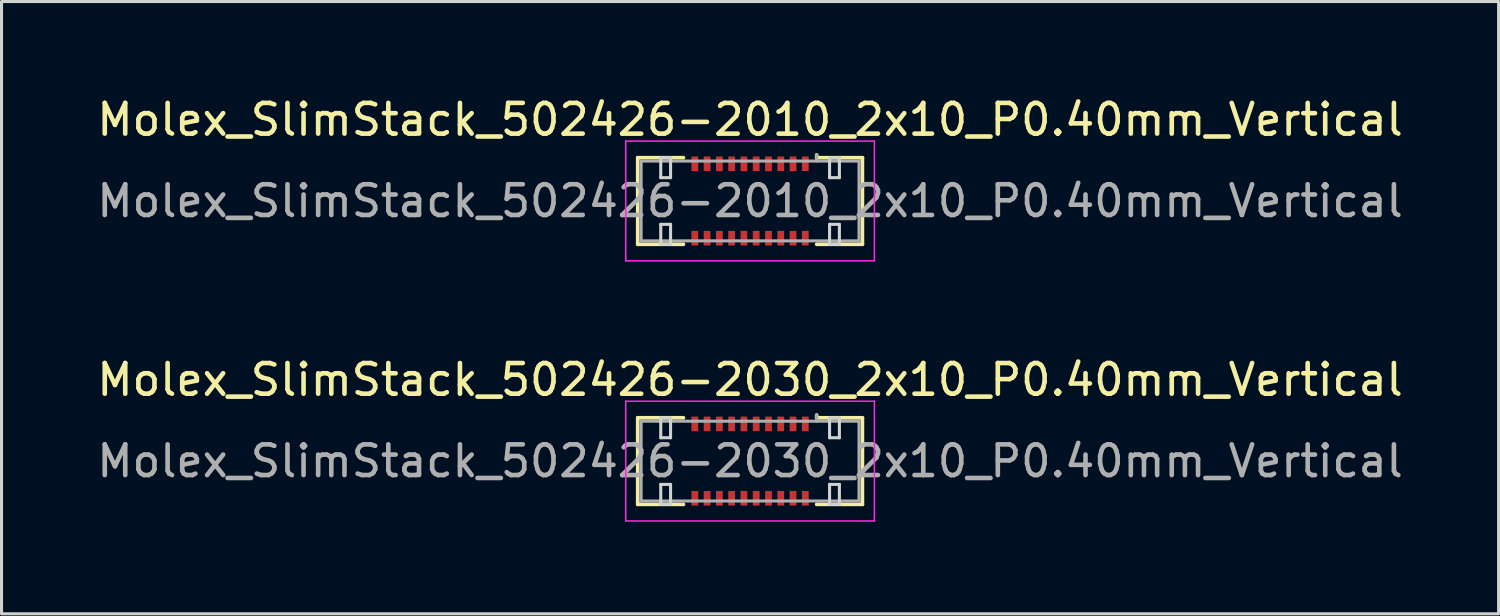
<source format=kicad_pcb>
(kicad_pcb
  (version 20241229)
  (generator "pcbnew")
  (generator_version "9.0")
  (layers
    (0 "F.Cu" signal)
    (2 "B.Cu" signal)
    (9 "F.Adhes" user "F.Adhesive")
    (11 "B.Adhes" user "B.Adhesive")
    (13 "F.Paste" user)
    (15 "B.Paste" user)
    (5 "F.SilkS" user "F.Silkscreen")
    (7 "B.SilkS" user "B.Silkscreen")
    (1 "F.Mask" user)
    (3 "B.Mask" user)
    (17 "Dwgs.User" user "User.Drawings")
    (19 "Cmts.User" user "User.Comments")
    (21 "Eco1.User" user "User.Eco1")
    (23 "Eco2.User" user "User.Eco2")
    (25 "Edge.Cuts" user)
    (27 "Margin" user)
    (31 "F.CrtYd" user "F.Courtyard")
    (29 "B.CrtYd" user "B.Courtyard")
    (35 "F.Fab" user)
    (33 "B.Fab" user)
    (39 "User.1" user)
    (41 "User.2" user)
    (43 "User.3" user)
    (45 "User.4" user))
  (footprint "Molex_SlimStack_502426-2010_2x10_P0.40mm_Vertical"
    (layer "F.Cu")
    (at 21.387 3.498)
    (property "Reference" "Molex_SlimStack_502426-2010_2x10_P0.40mm_Vertical" (at 0 -2.65 0) (layer "F.SilkS") (effects (font (size 1 1) (thickness 0.15))))
    (attr smd)
    (fp_line (start -3.66 -1.41) (end -2.17 -1.41) (stroke (width 0.12) (type solid)) (layer "F.SilkS"))
    (fp_line (start -3.66 1.41) (end -3.66 -1.41) (stroke (width 0.12) (type solid)) (layer "F.SilkS"))
    (fp_line (start -2.17 1.41) (end -3.66 1.41) (stroke (width 0.12) (type solid)) (layer "F.SilkS"))
    (fp_line (start 2.17 -1.41) (end 2.17 -1.5) (stroke (width 0.12) (type solid)) (layer "F.SilkS"))
    (fp_line (start 2.17 1.41) (end 3.66 1.41) (stroke (width 0.12) (type solid)) (layer "F.SilkS"))
    (fp_line (start 3.66 -1.41) (end 2.17 -1.41) (stroke (width 0.12) (type solid)) (layer "F.SilkS"))
    (fp_line (start 3.66 1.41) (end 3.66 -1.41) (stroke (width 0.12) (type solid)) (layer "F.SilkS"))
    (fp_line (start -2.91 -1.41) (end -2.91 -0.76) (stroke (width 0.1) (type solid)) (layer "Edge.Cuts"))
    (fp_line (start -2.91 -0.76) (end -2.59 -0.76) (stroke (width 0.1) (type solid)) (layer "Edge.Cuts"))
    (fp_line (start -2.91 0.76) (end -2.91 1.41) (stroke (width 0.1) (type solid)) (layer "Edge.Cuts"))
    (fp_line (start -2.91 1.41) (end -2.59 1.41) (stroke (width 0.1) (type solid)) (layer "Edge.Cuts"))
    (fp_line (start -2.59 -1.41) (end -2.91 -1.41) (stroke (width 0.1) (type solid)) (layer "Edge.Cuts"))
    (fp_line (start -2.59 -0.76) (end -2.59 -1.41) (stroke (width 0.1) (type solid)) (layer "Edge.Cuts"))
    (fp_line (start -2.59 0.76) (end -2.91 0.76) (stroke (width 0.1) (type solid)) (layer "Edge.Cuts"))
    (fp_line (start -2.59 1.41) (end -2.59 0.76) (stroke (width 0.1) (type solid)) (layer "Edge.Cuts"))
    (fp_line (start 2.59 -1.41) (end 2.59 -0.76) (stroke (width 0.1) (type solid)) (layer "Edge.Cuts"))
    (fp_line (start 2.59 -0.76) (end 2.91 -0.76) (stroke (width 0.1) (type solid)) (layer "Edge.Cuts"))
    (fp_line (start 2.59 0.76) (end 2.59 1.41) (stroke (width 0.1) (type solid)) (layer "Edge.Cuts"))
    (fp_line (start 2.59 1.41) (end 2.91 1.41) (stroke (width 0.1) (type solid)) (layer "Edge.Cuts"))
    (fp_line (start 2.91 -1.41) (end 2.59 -1.41) (stroke (width 0.1) (type solid)) (layer "Edge.Cuts"))
    (fp_line (start 2.91 -0.76) (end 2.91 -1.41) (stroke (width 0.1) (type solid)) (layer "Edge.Cuts"))
    (fp_line (start 2.91 0.76) (end 2.59 0.76) (stroke (width 0.1) (type solid)) (layer "Edge.Cuts"))
    (fp_line (start 2.91 1.41) (end 2.91 0.76) (stroke (width 0.1) (type solid)) (layer "Edge.Cuts"))
    (fp_line (start -4.05 -1.95) (end -4.05 1.95) (stroke (width 0.05) (type solid)) (layer "F.CrtYd"))
    (fp_line (start -4.05 1.95) (end 4.05 1.95) (stroke (width 0.05) (type solid)) (layer "F.CrtYd"))
    (fp_line (start 4.05 -1.95) (end -4.05 -1.95) (stroke (width 0.05) (type solid)) (layer "F.CrtYd"))
    (fp_line (start 4.05 1.95) (end 4.05 -1.95) (stroke (width 0.05) (type solid)) (layer "F.CrtYd"))
    (fp_line (start -3.55 -1.3) (end -3.55 1.3) (stroke (width 0.1) (type solid)) (layer "F.Fab"))
    (fp_line (start -3.55 1.3) (end 3.55 1.3) (stroke (width 0.1) (type solid)) (layer "F.Fab"))
    (fp_line (start 2.17 -1.3) (end 2.17 -1.5) (stroke (width 0.1) (type solid)) (layer "F.Fab"))
    (fp_line (start 3.55 -1.3) (end -3.55 -1.3) (stroke (width 0.1) (type solid)) (layer "F.Fab"))
    (fp_line (start 3.55 1.3) (end 3.55 -1.3) (stroke (width 0.1) (type solid)) (layer "F.Fab"))
    (fp_text user "${REFERENCE}" (at 0 0 0) (layer "F.Fab") (effects (font (size 1 1) (thickness 0.15))))
    (pad "1" smd rect (at 1.8 -1.212) (size 0.22 0.475) (layers "F.Cu" "F.Mask" "F.Paste"))
    (pad "2" smd rect (at 1.8 1.212) (size 0.22 0.475) (layers "F.Cu" "F.Mask" "F.Paste"))
    (pad "3" smd rect (at 1.4 -1.212) (size 0.22 0.475) (layers "F.Cu" "F.Mask" "F.Paste"))
    (pad "4" smd rect (at 1.4 1.212) (size 0.22 0.475) (layers "F.Cu" "F.Mask" "F.Paste"))
    (pad "5" smd rect (at 1 -1.212) (size 0.22 0.475) (layers "F.Cu" "F.Mask" "F.Paste"))
    (pad "6" smd rect (at 1 1.212) (size 0.22 0.475) (layers "F.Cu" "F.Mask" "F.Paste"))
    (pad "7" smd rect (at 0.6 -1.212) (size 0.22 0.475) (layers "F.Cu" "F.Mask" "F.Paste"))
    (pad "8" smd rect (at 0.6 1.212) (size 0.22 0.475) (layers "F.Cu" "F.Mask" "F.Paste"))
    (pad "9" smd rect (at 0.2 -1.212) (size 0.22 0.475) (layers "F.Cu" "F.Mask" "F.Paste"))
    (pad "10" smd rect (at 0.2 1.212) (size 0.22 0.475) (layers "F.Cu" "F.Mask" "F.Paste"))
    (pad "11" smd rect (at -0.2 -1.212) (size 0.22 0.475) (layers "F.Cu" "F.Mask" "F.Paste"))
    (pad "12" smd rect (at -0.2 1.212) (size 0.22 0.475) (layers "F.Cu" "F.Mask" "F.Paste"))
    (pad "13" smd rect (at -0.6 -1.212) (size 0.22 0.475) (layers "F.Cu" "F.Mask" "F.Paste"))
    (pad "14" smd rect (at -0.6 1.212) (size 0.22 0.475) (layers "F.Cu" "F.Mask" "F.Paste"))
    (pad "15" smd rect (at -1 -1.212) (size 0.22 0.475) (layers "F.Cu" "F.Mask" "F.Paste"))
    (pad "16" smd rect (at -1 1.212) (size 0.22 0.475) (layers "F.Cu" "F.Mask" "F.Paste"))
    (pad "17" smd rect (at -1.4 -1.212) (size 0.22 0.475) (layers "F.Cu" "F.Mask" "F.Paste"))
    (pad "18" smd rect (at -1.4 1.212) (size 0.22 0.475) (layers "F.Cu" "F.Mask" "F.Paste"))
    (pad "19" smd rect (at -1.8 -1.212) (size 0.22 0.475) (layers "F.Cu" "F.Mask" "F.Paste"))
    (pad "20" smd rect (at -1.8 1.212) (size 0.22 0.475) (layers "F.Cu" "F.Mask" "F.Paste")))
  (footprint "Molex_SlimStack_502426-2030_2x10_P0.40mm_Vertical"
    (layer "F.Cu")
    (at 21.387 11.972)
    (property "Reference" "Molex_SlimStack_502426-2030_2x10_P0.40mm_Vertical" (at 0 -2.65 0) (layer "F.SilkS") (effects (font (size 1 1) (thickness 0.15))))
    (attr smd)
    (fp_line (start -3.66 -1.41) (end -2.17 -1.41) (stroke (width 0.12) (type solid)) (layer "F.SilkS"))
    (fp_line (start -3.66 1.41) (end -3.66 -1.41) (stroke (width 0.12) (type solid)) (layer "F.SilkS"))
    (fp_line (start -2.17 1.41) (end -3.66 1.41) (stroke (width 0.12) (type solid)) (layer "F.SilkS"))
    (fp_line (start 2.17 -1.41) (end 2.17 -1.5) (stroke (width 0.12) (type solid)) (layer "F.SilkS"))
    (fp_line (start 2.17 1.41) (end 3.66 1.41) (stroke (width 0.12) (type solid)) (layer "F.SilkS"))
    (fp_line (start 3.66 -1.41) (end 2.17 -1.41) (stroke (width 0.12) (type solid)) (layer "F.SilkS"))
    (fp_line (start 3.66 1.41) (end 3.66 -1.41) (stroke (width 0.12) (type solid)) (layer "F.SilkS"))
    (fp_line (start -2.91 -1.41) (end -2.91 -0.76) (stroke (width 0.1) (type solid)) (layer "Edge.Cuts"))
    (fp_line (start -2.91 -0.76) (end -2.59 -0.76) (stroke (width 0.1) (type solid)) (layer "Edge.Cuts"))
    (fp_line (start -2.91 0.76) (end -2.91 1.41) (stroke (width 0.1) (type solid)) (layer "Edge.Cuts"))
    (fp_line (start -2.91 1.41) (end -2.59 1.41) (stroke (width 0.1) (type solid)) (layer "Edge.Cuts"))
    (fp_line (start -2.59 -1.41) (end -2.91 -1.41) (stroke (width 0.1) (type solid)) (layer "Edge.Cuts"))
    (fp_line (start -2.59 -0.76) (end -2.59 -1.41) (stroke (width 0.1) (type solid)) (layer "Edge.Cuts"))
    (fp_line (start -2.59 0.76) (end -2.91 0.76) (stroke (width 0.1) (type solid)) (layer "Edge.Cuts"))
    (fp_line (start -2.59 1.41) (end -2.59 0.76) (stroke (width 0.1) (type solid)) (layer "Edge.Cuts"))
    (fp_line (start 2.59 -1.41) (end 2.59 -0.76) (stroke (width 0.1) (type solid)) (layer "Edge.Cuts"))
    (fp_line (start 2.59 -0.76) (end 2.91 -0.76) (stroke (width 0.1) (type solid)) (layer "Edge.Cuts"))
    (fp_line (start 2.59 0.76) (end 2.59 1.41) (stroke (width 0.1) (type solid)) (layer "Edge.Cuts"))
    (fp_line (start 2.59 1.41) (end 2.91 1.41) (stroke (width 0.1) (type solid)) (layer "Edge.Cuts"))
    (fp_line (start 2.91 -1.41) (end 2.59 -1.41) (stroke (width 0.1) (type solid)) (layer "Edge.Cuts"))
    (fp_line (start 2.91 -0.76) (end 2.91 -1.41) (stroke (width 0.1) (type solid)) (layer "Edge.Cuts"))
    (fp_line (start 2.91 0.76) (end 2.59 0.76) (stroke (width 0.1) (type solid)) (layer "Edge.Cuts"))
    (fp_line (start 2.91 1.41) (end 2.91 0.76) (stroke (width 0.1) (type solid)) (layer "Edge.Cuts"))
    (fp_line (start -4.05 -1.95) (end -4.05 1.95) (stroke (width 0.05) (type solid)) (layer "F.CrtYd"))
    (fp_line (start -4.05 1.95) (end 4.05 1.95) (stroke (width 0.05) (type solid)) (layer "F.CrtYd"))
    (fp_line (start 4.05 -1.95) (end -4.05 -1.95) (stroke (width 0.05) (type solid)) (layer "F.CrtYd"))
    (fp_line (start 4.05 1.95) (end 4.05 -1.95) (stroke (width 0.05) (type solid)) (layer "F.CrtYd"))
    (fp_line (start -3.55 -1.3) (end -3.55 1.3) (stroke (width 0.1) (type solid)) (layer "F.Fab"))
    (fp_line (start -3.55 1.3) (end 3.55 1.3) (stroke (width 0.1) (type solid)) (layer "F.Fab"))
    (fp_line (start 2.17 -1.3) (end 2.17 -1.5) (stroke (width 0.1) (type solid)) (layer "F.Fab"))
    (fp_line (start 3.55 -1.3) (end -3.55 -1.3) (stroke (width 0.1) (type solid)) (layer "F.Fab"))
    (fp_line (start 3.55 1.3) (end 3.55 -1.3) (stroke (width 0.1) (type solid)) (layer "F.Fab"))
    (fp_text user "${REFERENCE}" (at 0 0 0) (layer "F.Fab") (effects (font (size 1 1) (thickness 0.15))))
    (pad "1" smd rect (at 1.8 -1.212) (size 0.22 0.475) (layers "F.Cu" "F.Mask" "F.Paste"))
    (pad "2" smd rect (at 1.8 1.212) (size 0.22 0.475) (layers "F.Cu" "F.Mask" "F.Paste"))
    (pad "3" smd rect (at 1.4 -1.212) (size 0.22 0.475) (layers "F.Cu" "F.Mask" "F.Paste"))
    (pad "4" smd rect (at 1.4 1.212) (size 0.22 0.475) (layers "F.Cu" "F.Mask" "F.Paste"))
    (pad "5" smd rect (at 1 -1.212) (size 0.22 0.475) (layers "F.Cu" "F.Mask" "F.Paste"))
    (pad "6" smd rect (at 1 1.212) (size 0.22 0.475) (layers "F.Cu" "F.Mask" "F.Paste"))
    (pad "7" smd rect (at 0.6 -1.212) (size 0.22 0.475) (layers "F.Cu" "F.Mask" "F.Paste"))
    (pad "8" smd rect (at 0.6 1.212) (size 0.22 0.475) (layers "F.Cu" "F.Mask" "F.Paste"))
    (pad "9" smd rect (at 0.2 -1.212) (size 0.22 0.475) (layers "F.Cu" "F.Mask" "F.Paste"))
    (pad "10" smd rect (at 0.2 1.212) (size 0.22 0.475) (layers "F.Cu" "F.Mask" "F.Paste"))
    (pad "11" smd rect (at -0.2 -1.212) (size 0.22 0.475) (layers "F.Cu" "F.Mask" "F.Paste"))
    (pad "12" smd rect (at -0.2 1.212) (size 0.22 0.475) (layers "F.Cu" "F.Mask" "F.Paste"))
    (pad "13" smd rect (at -0.6 -1.212) (size 0.22 0.475) (layers "F.Cu" "F.Mask" "F.Paste"))
    (pad "14" smd rect (at -0.6 1.212) (size 0.22 0.475) (layers "F.Cu" "F.Mask" "F.Paste"))
    (pad "15" smd rect (at -1 -1.212) (size 0.22 0.475) (layers "F.Cu" "F.Mask" "F.Paste"))
    (pad "16" smd rect (at -1 1.212) (size 0.22 0.475) (layers "F.Cu" "F.Mask" "F.Paste"))
    (pad "17" smd rect (at -1.4 -1.212) (size 0.22 0.475) (layers "F.Cu" "F.Mask" "F.Paste"))
    (pad "18" smd rect (at -1.4 1.212) (size 0.22 0.475) (layers "F.Cu" "F.Mask" "F.Paste"))
    (pad "19" smd rect (at -1.8 -1.212) (size 0.22 0.475) (layers "F.Cu" "F.Mask" "F.Paste"))
    (pad "20" smd rect (at -1.8 1.212) (size 0.22 0.475) (layers "F.Cu" "F.Mask" "F.Paste")))
  (gr_rect
    (start -3 -3)
    (end 45.774 16.947)
    (stroke (width 0.1) (type default))
    (fill no)
    (layer "Edge.Cuts")))
</source>
